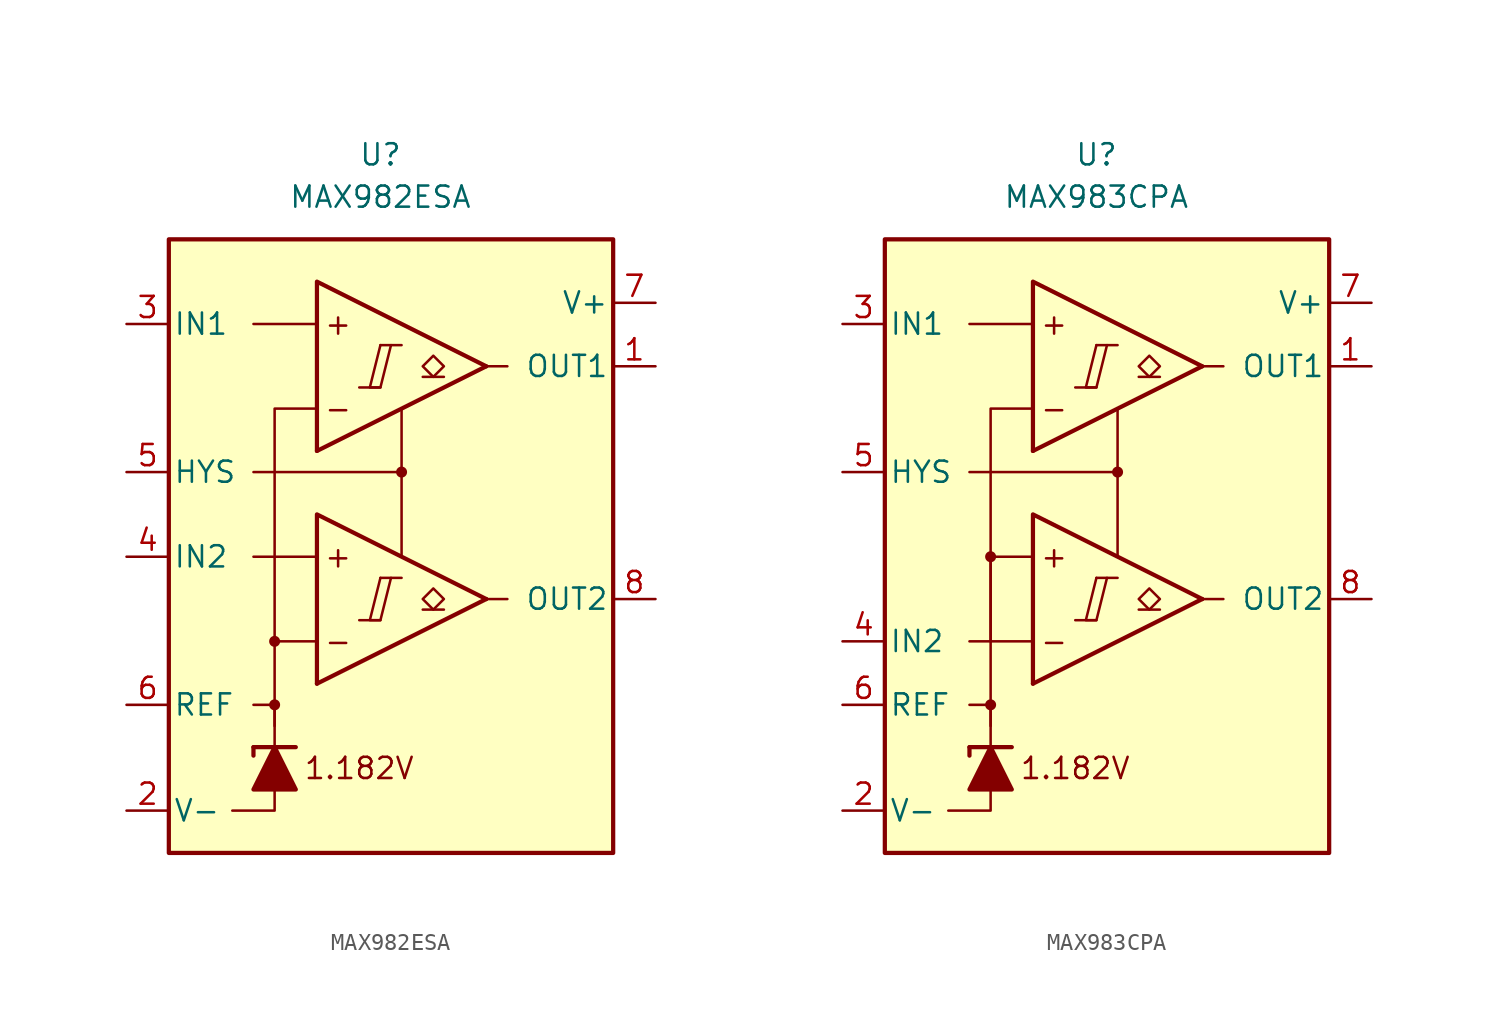
<source format=kicad_sym>
(kicad_symbol_lib
  (version 20231120)
  (generator "kicad_symbol_editor")
  (generator_version "8.0")
  (symbol "MAX982ESA"
    (pin_names
      (offset 0.254))
    (property "Reference" "U"
      (at -1.27 22.86 0)
      (effects (font (size 1.27 1.27))))
    (property "Value" "MAX982ESA"
      (at -1.27 20.32 0)
      (effects (font (size 1.27 1.27))))
    (symbol "MAX982ESA_0_0"
      (rectangle (start -13.97 17.78) (end 12.7 -19.05) (stroke (width 0.254) (type default)) (fill (type background)))
      (circle (center -7.62 -10.16) (radius 0.254) (stroke (width 0.152) (type default)) (fill (type outline)))
      (circle (center -7.62 -6.35) (radius 0.254) (stroke (width 0.152) (type default)) (fill (type outline)))
      (polyline (pts (xy -2.54 -5.08) (xy -1.27 -5.08)) (stroke (width 0.152) (type default)) (fill (type none)))
      (polyline (pts (xy -2.54 8.89) (xy -1.27 8.89)) (stroke (width 0.152) (type default)) (fill (type none)))
      (polyline (pts (xy -1.27 -2.54) (xy 0 -2.54)) (stroke (width 0.152) (type default)) (fill (type none)))
      (polyline (pts (xy -1.27 11.43) (xy 0 11.43)) (stroke (width 0.152) (type default)) (fill (type none)))
      (polyline (pts (xy 5.08 -3.81) (xy -5.08 -8.89)) (stroke (width 0.254) (type default)) (fill (type none)))
      (polyline (pts (xy 5.08 10.16) (xy -5.08 5.08)) (stroke (width 0.254) (type default)) (fill (type none)))
      (polyline (pts (xy 5.08 -3.81) (xy -5.08 1.27) (xy -5.08 -8.89)) (stroke (width 0.254) (type default)) (fill (type background)))
      (polyline (pts (xy 5.08 10.16) (xy -5.08 15.24) (xy -5.08 5.08)) (stroke (width 0.254) (type default)) (fill (type background)))
      (polyline (pts (xy -1.27 -2.54) (xy -1.905 -5.08) (xy -1.27 -5.08) (xy -0.635 -2.54)) (stroke (width 0.152) (type default)) (fill (type none)))
      (polyline (pts (xy -1.27 11.43) (xy -1.905 8.89) (xy -1.27 8.89) (xy -0.635 11.43)) (stroke (width 0.152) (type default)) (fill (type none)))
      (circle (center 0 3.81) (radius 0.254) (stroke (width 0.152) (type default)) (fill (type outline)))
      (text "+" (at -3.81 -1.27 0) (effects (font (size 1.27 1.27))))
      (text "+" (at -3.81 12.7 0) (effects (font (size 1.27 1.27))))
      (text "-" (at -3.81 -6.35 0) (effects (font (size 1.27 1.27))))
      (text "-" (at -3.81 7.62 0) (effects (font (size 1.27 1.27))))
      (text "1.182V" (at -2.54 -13.97 0) (effects (font (size 1.27 1.27)))))
    (symbol "MAX982ESA_0_1"
      (polyline (pts (xy -8.89 -12.7) (xy -8.89 -13.208)) (stroke (width 0.254) (type default)) (fill (type none)))
      (polyline (pts (xy -8.89 -12.7) (xy -6.35 -12.7)) (stroke (width 0.254) (type default)) (fill (type none)))
      (polyline (pts (xy -5.08 -1.27) (xy -8.89 -1.27)) (stroke (width 0) (type default)) (fill (type none)))
      (polyline (pts (xy -5.08 12.7) (xy -8.89 12.7)) (stroke (width 0) (type default)) (fill (type none)))
      (polyline (pts (xy 0 3.81) (xy 0 -1.27)) (stroke (width 0) (type default)) (fill (type none)))
      (polyline (pts (xy 5.08 -3.81) (xy 6.35 -3.81)) (stroke (width 0) (type default)) (fill (type none)))
      (polyline (pts (xy 5.08 10.16) (xy 6.35 10.16)) (stroke (width 0) (type default)) (fill (type none)))
      (polyline (pts (xy -7.62 -15.24) (xy -7.62 -16.51) (xy -10.16 -16.51)) (stroke (width 0) (type default)) (fill (type none)))
      (polyline (pts (xy -7.62 -12.7) (xy -7.62 -10.16) (xy -8.89 -10.16)) (stroke (width 0) (type default)) (fill (type none)))
      (polyline (pts (xy -7.62 -11.43) (xy -7.62 -6.35) (xy -5.08 -6.35)) (stroke (width 0) (type default)) (fill (type none)))
      (polyline (pts (xy -7.62 -6.35) (xy -7.62 7.62) (xy -5.08 7.62)) (stroke (width 0) (type default)) (fill (type none)))
      (polyline (pts (xy 0 7.62) (xy 0 3.81) (xy -8.89 3.81)) (stroke (width 0) (type default)) (fill (type none)))
      (polyline (pts (xy -6.35 -15.24) (xy -8.89 -15.24) (xy -7.62 -12.7) (xy -6.35 -15.24)) (stroke (width 0.254) (type default)) (fill (type outline))))
    (symbol "MAX982ESA_1_1"
      (polyline (pts (xy 2.54 -4.445) (xy 1.27 -4.445)) (stroke (width 0.152) (type default)) (fill (type none)))
      (polyline (pts (xy 2.54 9.525) (xy 1.27 9.525)) (stroke (width 0.152) (type default)) (fill (type none)))
      (polyline (pts (xy 1.905 -4.445) (xy 1.27 -3.81) (xy 1.905 -3.175) (xy 2.54 -3.81) (xy 1.905 -4.445)) (stroke (width 0.152) (type default)) (fill (type none)))
      (polyline (pts (xy 1.905 9.525) (xy 1.27 10.16) (xy 1.905 10.795) (xy 2.54 10.16) (xy 1.905 9.525)) (stroke (width 0.152) (type default)) (fill (type none)))
      (pin output line (at 15.24 10.16 180) (length 2.54) (name "OUT1" (effects (font (size 1.27 1.27)))) (number "1" (effects (font (size 1.27 1.27)))))
      (pin power_in line (at -16.51 -16.51 0) (length 2.54) (name "V-" (effects (font (size 1.27 1.27)))) (number "2" (effects (font (size 1.27 1.27)))))
      (pin input line (at -16.51 12.7 0) (length 2.54) (name "IN1" (effects (font (size 1.27 1.27)))) (number "3" (effects (font (size 1.27 1.27)))))
      (pin input line (at -16.51 -1.27 0) (length 2.54) (name "IN2" (effects (font (size 1.27 1.27)))) (number "4" (effects (font (size 1.27 1.27)))))
      (pin input line (at -16.51 3.81 0) (length 2.54) (name "HYS" (effects (font (size 1.27 1.27)))) (number "5" (effects (font (size 1.27 1.27)))))
      (pin output line (at -16.51 -10.16 0) (length 2.54) (name "REF" (effects (font (size 1.27 1.27)))) (number "6" (effects (font (size 1.27 1.27)))))
      (pin power_in line (at 15.24 13.97 180) (length 2.54) (name "V+" (effects (font (size 1.27 1.27)))) (number "7" (effects (font (size 1.27 1.27)))))
      (pin output line (at 15.24 -3.81 180) (length 2.54) (name "OUT2" (effects (font (size 1.27 1.27)))) (number "8" (effects (font (size 1.27 1.27)))))))
  (symbol "MAX983CPA"
    (pin_names
      (offset 0.254))
    (property "Reference" "U"
      (at -1.27 22.86 0)
      (effects (font (size 1.27 1.27))))
    (property "Value" "MAX983CPA"
      (at -1.27 20.32 0)
      (effects (font (size 1.27 1.27))))
    (symbol "MAX983CPA_0_0"
      (rectangle (start -13.97 17.78) (end 12.7 -19.05) (stroke (width 0.254) (type default)) (fill (type background)))
      (circle (center -7.62 -10.16) (radius 0.254) (stroke (width 0.152) (type default)) (fill (type outline)))
      (circle (center -7.62 -1.27) (radius 0.254) (stroke (width 0.152) (type default)) (fill (type outline)))
      (polyline (pts (xy -2.54 -5.08) (xy -1.27 -5.08)) (stroke (width 0.152) (type default)) (fill (type none)))
      (polyline (pts (xy -2.54 8.89) (xy -1.27 8.89)) (stroke (width 0.152) (type default)) (fill (type none)))
      (polyline (pts (xy -1.27 -2.54) (xy 0 -2.54)) (stroke (width 0.152) (type default)) (fill (type none)))
      (polyline (pts (xy -1.27 11.43) (xy 0 11.43)) (stroke (width 0.152) (type default)) (fill (type none)))
      (polyline (pts (xy 5.08 -3.81) (xy -5.08 -8.89)) (stroke (width 0.254) (type default)) (fill (type none)))
      (polyline (pts (xy 5.08 10.16) (xy -5.08 5.08)) (stroke (width 0.254) (type default)) (fill (type none)))
      (polyline (pts (xy 5.08 -3.81) (xy -5.08 1.27) (xy -5.08 -8.89)) (stroke (width 0.254) (type default)) (fill (type background)))
      (polyline (pts (xy 5.08 10.16) (xy -5.08 15.24) (xy -5.08 5.08)) (stroke (width 0.254) (type default)) (fill (type background)))
      (polyline (pts (xy -1.27 -2.54) (xy -1.905 -5.08) (xy -1.27 -5.08) (xy -0.635 -2.54)) (stroke (width 0.152) (type default)) (fill (type none)))
      (polyline (pts (xy -1.27 11.43) (xy -1.905 8.89) (xy -1.27 8.89) (xy -0.635 11.43)) (stroke (width 0.152) (type default)) (fill (type none)))
      (circle (center 0 3.81) (radius 0.254) (stroke (width 0.152) (type default)) (fill (type outline)))
      (text "+" (at -3.81 -1.27 0) (effects (font (size 1.27 1.27))))
      (text "+" (at -3.81 12.7 0) (effects (font (size 1.27 1.27))))
      (text "-" (at -3.81 -6.35 0) (effects (font (size 1.27 1.27))))
      (text "-" (at -3.81 7.62 0) (effects (font (size 1.27 1.27))))
      (text "1.182V" (at -2.54 -13.97 0) (effects (font (size 1.27 1.27)))))
    (symbol "MAX983CPA_0_1"
      (polyline (pts (xy -8.89 -12.7) (xy -8.89 -13.208)) (stroke (width 0.254) (type default)) (fill (type none)))
      (polyline (pts (xy -8.89 -12.7) (xy -6.35 -12.7)) (stroke (width 0.254) (type default)) (fill (type none)))
      (polyline (pts (xy -5.08 -6.35) (xy -8.89 -6.35)) (stroke (width 0) (type default)) (fill (type none)))
      (polyline (pts (xy -5.08 12.7) (xy -8.89 12.7)) (stroke (width 0) (type default)) (fill (type none)))
      (polyline (pts (xy 0 3.81) (xy 0 -1.27)) (stroke (width 0) (type default)) (fill (type none)))
      (polyline (pts (xy 5.08 -3.81) (xy 6.35 -3.81)) (stroke (width 0) (type default)) (fill (type none)))
      (polyline (pts (xy 5.08 10.16) (xy 6.35 10.16)) (stroke (width 0) (type default)) (fill (type none)))
      (polyline (pts (xy -7.62 -15.24) (xy -7.62 -16.51) (xy -10.16 -16.51)) (stroke (width 0) (type default)) (fill (type none)))
      (polyline (pts (xy -7.62 -12.7) (xy -7.62 -10.16) (xy -8.89 -10.16)) (stroke (width 0) (type default)) (fill (type none)))
      (polyline (pts (xy -7.62 -11.43) (xy -7.62 -1.27) (xy -5.08 -1.27)) (stroke (width 0) (type default)) (fill (type none)))
      (polyline (pts (xy -7.62 -6.35) (xy -7.62 7.62) (xy -5.08 7.62)) (stroke (width 0) (type default)) (fill (type none)))
      (polyline (pts (xy 0 7.62) (xy 0 3.81) (xy -8.89 3.81)) (stroke (width 0) (type default)) (fill (type none)))
      (polyline (pts (xy -6.35 -15.24) (xy -8.89 -15.24) (xy -7.62 -12.7) (xy -6.35 -15.24)) (stroke (width 0.254) (type default)) (fill (type outline))))
    (symbol "MAX983CPA_1_1"
      (polyline (pts (xy 2.54 -4.445) (xy 1.27 -4.445)) (stroke (width 0.152) (type default)) (fill (type none)))
      (polyline (pts (xy 2.54 9.525) (xy 1.27 9.525)) (stroke (width 0.152) (type default)) (fill (type none)))
      (polyline (pts (xy 1.905 -4.445) (xy 1.27 -3.81) (xy 1.905 -3.175) (xy 2.54 -3.81) (xy 1.905 -4.445)) (stroke (width 0.152) (type default)) (fill (type none)))
      (polyline (pts (xy 1.905 9.525) (xy 1.27 10.16) (xy 1.905 10.795) (xy 2.54 10.16) (xy 1.905 9.525)) (stroke (width 0.152) (type default)) (fill (type none)))
      (pin output line (at 15.24 10.16 180) (length 2.54) (name "OUT1" (effects (font (size 1.27 1.27)))) (number "1" (effects (font (size 1.27 1.27)))))
      (pin power_in line (at -16.51 -16.51 0) (length 2.54) (name "V-" (effects (font (size 1.27 1.27)))) (number "2" (effects (font (size 1.27 1.27)))))
      (pin input line (at -16.51 12.7 0) (length 2.54) (name "IN1" (effects (font (size 1.27 1.27)))) (number "3" (effects (font (size 1.27 1.27)))))
      (pin input line (at -16.51 -6.35 0) (length 2.54) (name "IN2" (effects (font (size 1.27 1.27)))) (number "4" (effects (font (size 1.27 1.27)))))
      (pin input line (at -16.51 3.81 0) (length 2.54) (name "HYS" (effects (font (size 1.27 1.27)))) (number "5" (effects (font (size 1.27 1.27)))))
      (pin output line (at -16.51 -10.16 0) (length 2.54) (name "REF" (effects (font (size 1.27 1.27)))) (number "6" (effects (font (size 1.27 1.27)))))
      (pin power_in line (at 15.24 13.97 180) (length 2.54) (name "V+" (effects (font (size 1.27 1.27)))) (number "7" (effects (font (size 1.27 1.27)))))
      (pin output line (at 15.24 -3.81 180) (length 2.54) (name "OUT2" (effects (font (size 1.27 1.27)))) (number "8" (effects (font (size 1.27 1.27))))))))
</source>
